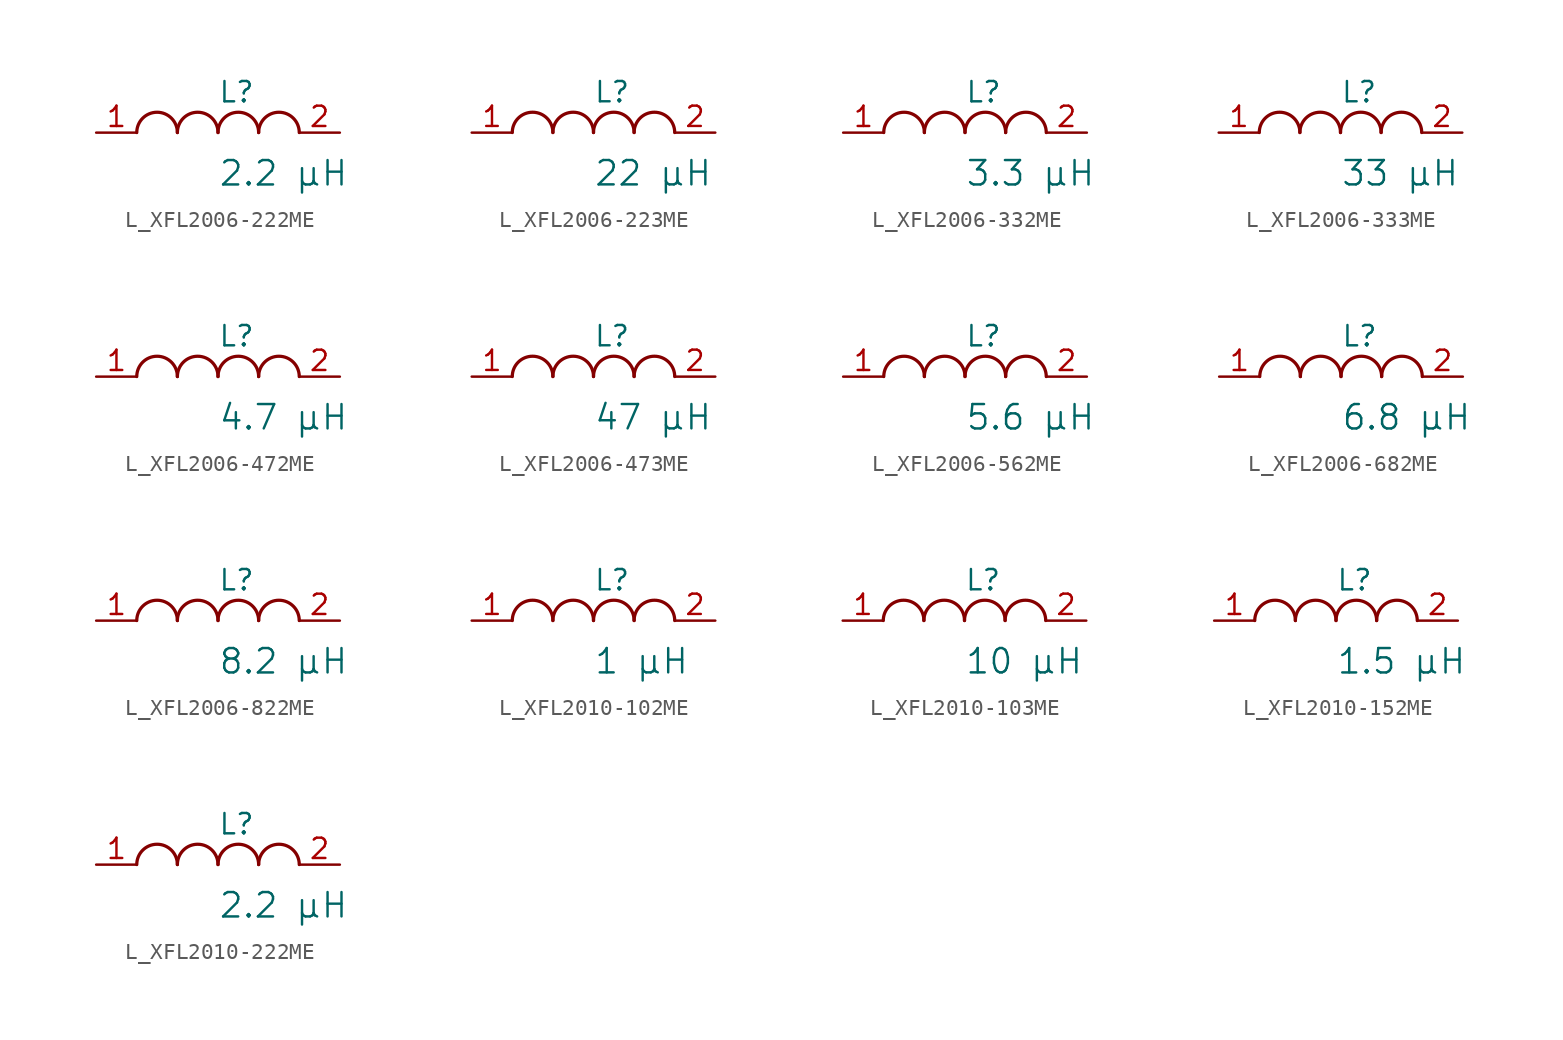
<source format=kicad_sym>
(kicad_symbol_lib
  (version 20231120)
  (generator "kicad_symbol_editor")
  (generator_version "8.0")
  (symbol "L_XFL2006-222ME"
    (pin_names
      (offset 0.254))
    (property "Reference" "L"
      (at 0 2.54 0)
      (effects (font (size 1.27 1.27)) (justify left)))
    (property "Value" "2.2 µH"
      (at 0 -2.54 0)
      (effects (font (size 1.524 1.524)) (justify left)))
    (symbol "L_XFL2006-222ME_1_1"
      (arc (start -2.54 0.0056) (mid -3.81 1.27) (end -5.08 0.0056) (stroke (width 0.2032) (type default)) (fill (type none)))
      (arc (start 0 0.0056) (mid -1.27 1.27) (end -2.54 0.0056) (stroke (width 0.2032) (type default)) (fill (type none)))
      (arc (start 2.54 0.0056) (mid 1.27 1.27) (end 0 0.0056) (stroke (width 0.2032) (type default)) (fill (type none)))
      (arc (start 5.08 0.0056) (mid 3.81 1.27) (end 2.54 0.0056) (stroke (width 0.2032) (type default)) (fill (type none)))
      (pin unspecified line (at -7.62 0 0) (length 2.54) (name "" (effects (font (size 1.27 1.27)))) (number "1" (effects (font (size 1.27 1.27)))))
      (pin unspecified line (at 7.62 0 180) (length 2.54) (name "" (effects (font (size 1.27 1.27)))) (number "2" (effects (font (size 1.27 1.27)))))))
  (symbol "L_XFL2006-223ME"
    (pin_names
      (offset 0.254))
    (property "Reference" "L"
      (at 0 2.54 0)
      (effects (font (size 1.27 1.27)) (justify left)))
    (property "Value" "22 µH"
      (at 0 -2.54 0)
      (effects (font (size 1.524 1.524)) (justify left)))
    (symbol "L_XFL2006-223ME_1_1"
      (arc (start -2.54 0.0056) (mid -3.81 1.27) (end -5.08 0.0056) (stroke (width 0.2032) (type default)) (fill (type none)))
      (arc (start 0 0.0056) (mid -1.27 1.27) (end -2.54 0.0056) (stroke (width 0.2032) (type default)) (fill (type none)))
      (arc (start 2.54 0.0056) (mid 1.27 1.27) (end 0 0.0056) (stroke (width 0.2032) (type default)) (fill (type none)))
      (arc (start 5.08 0.0056) (mid 3.81 1.27) (end 2.54 0.0056) (stroke (width 0.2032) (type default)) (fill (type none)))
      (pin unspecified line (at -7.62 0 0) (length 2.54) (name "" (effects (font (size 1.27 1.27)))) (number "1" (effects (font (size 1.27 1.27)))))
      (pin unspecified line (at 7.62 0 180) (length 2.54) (name "" (effects (font (size 1.27 1.27)))) (number "2" (effects (font (size 1.27 1.27)))))))
  (symbol "L_XFL2006-332ME"
    (pin_names
      (offset 0.254))
    (property "Reference" "L"
      (at 0 2.54 0)
      (effects (font (size 1.27 1.27)) (justify left)))
    (property "Value" "3.3 µH"
      (at 0 -2.54 0)
      (effects (font (size 1.524 1.524)) (justify left)))
    (symbol "L_XFL2006-332ME_1_1"
      (arc (start -2.54 0.0056) (mid -3.81 1.27) (end -5.08 0.0056) (stroke (width 0.2032) (type default)) (fill (type none)))
      (arc (start 0 0.0056) (mid -1.27 1.27) (end -2.54 0.0056) (stroke (width 0.2032) (type default)) (fill (type none)))
      (arc (start 2.54 0.0056) (mid 1.27 1.27) (end 0 0.0056) (stroke (width 0.2032) (type default)) (fill (type none)))
      (arc (start 5.08 0.0056) (mid 3.81 1.27) (end 2.54 0.0056) (stroke (width 0.2032) (type default)) (fill (type none)))
      (pin unspecified line (at -7.62 0 0) (length 2.54) (name "" (effects (font (size 1.27 1.27)))) (number "1" (effects (font (size 1.27 1.27)))))
      (pin unspecified line (at 7.62 0 180) (length 2.54) (name "" (effects (font (size 1.27 1.27)))) (number "2" (effects (font (size 1.27 1.27)))))))
  (symbol "L_XFL2006-333ME"
    (pin_names
      (offset 0.254))
    (property "Reference" "L"
      (at 0 2.54 0)
      (effects (font (size 1.27 1.27)) (justify left)))
    (property "Value" "33 µH"
      (at 0 -2.54 0)
      (effects (font (size 1.524 1.524)) (justify left)))
    (symbol "L_XFL2006-333ME_1_1"
      (arc (start -2.54 0.0056) (mid -3.81 1.27) (end -5.08 0.0056) (stroke (width 0.2032) (type default)) (fill (type none)))
      (arc (start 0 0.0056) (mid -1.27 1.27) (end -2.54 0.0056) (stroke (width 0.2032) (type default)) (fill (type none)))
      (arc (start 2.54 0.0056) (mid 1.27 1.27) (end 0 0.0056) (stroke (width 0.2032) (type default)) (fill (type none)))
      (arc (start 5.08 0.0056) (mid 3.81 1.27) (end 2.54 0.0056) (stroke (width 0.2032) (type default)) (fill (type none)))
      (pin unspecified line (at -7.62 0 0) (length 2.54) (name "" (effects (font (size 1.27 1.27)))) (number "1" (effects (font (size 1.27 1.27)))))
      (pin unspecified line (at 7.62 0 180) (length 2.54) (name "" (effects (font (size 1.27 1.27)))) (number "2" (effects (font (size 1.27 1.27)))))))
  (symbol "L_XFL2006-472ME"
    (pin_names
      (offset 0.254))
    (property "Reference" "L"
      (at 0 2.54 0)
      (effects (font (size 1.27 1.27)) (justify left)))
    (property "Value" "4.7 µH"
      (at 0 -2.54 0)
      (effects (font (size 1.524 1.524)) (justify left)))
    (symbol "L_XFL2006-472ME_1_1"
      (arc (start -2.54 0.0056) (mid -3.81 1.27) (end -5.08 0.0056) (stroke (width 0.2032) (type default)) (fill (type none)))
      (arc (start 0 0.0056) (mid -1.27 1.27) (end -2.54 0.0056) (stroke (width 0.2032) (type default)) (fill (type none)))
      (arc (start 2.54 0.0056) (mid 1.27 1.27) (end 0 0.0056) (stroke (width 0.2032) (type default)) (fill (type none)))
      (arc (start 5.08 0.0056) (mid 3.81 1.27) (end 2.54 0.0056) (stroke (width 0.2032) (type default)) (fill (type none)))
      (pin unspecified line (at -7.62 0 0) (length 2.54) (name "" (effects (font (size 1.27 1.27)))) (number "1" (effects (font (size 1.27 1.27)))))
      (pin unspecified line (at 7.62 0 180) (length 2.54) (name "" (effects (font (size 1.27 1.27)))) (number "2" (effects (font (size 1.27 1.27)))))))
  (symbol "L_XFL2006-473ME"
    (pin_names
      (offset 0.254))
    (property "Reference" "L"
      (at 0 2.54 0)
      (effects (font (size 1.27 1.27)) (justify left)))
    (property "Value" "47 µH"
      (at 0 -2.54 0)
      (effects (font (size 1.524 1.524)) (justify left)))
    (symbol "L_XFL2006-473ME_1_1"
      (arc (start -2.54 0.0056) (mid -3.81 1.27) (end -5.08 0.0056) (stroke (width 0.2032) (type default)) (fill (type none)))
      (arc (start 0 0.0056) (mid -1.27 1.27) (end -2.54 0.0056) (stroke (width 0.2032) (type default)) (fill (type none)))
      (arc (start 2.54 0.0056) (mid 1.27 1.27) (end 0 0.0056) (stroke (width 0.2032) (type default)) (fill (type none)))
      (arc (start 5.08 0.0056) (mid 3.81 1.27) (end 2.54 0.0056) (stroke (width 0.2032) (type default)) (fill (type none)))
      (pin unspecified line (at -7.62 0 0) (length 2.54) (name "" (effects (font (size 1.27 1.27)))) (number "1" (effects (font (size 1.27 1.27)))))
      (pin unspecified line (at 7.62 0 180) (length 2.54) (name "" (effects (font (size 1.27 1.27)))) (number "2" (effects (font (size 1.27 1.27)))))))
  (symbol "L_XFL2006-562ME"
    (pin_names
      (offset 0.254))
    (property "Reference" "L"
      (at 0 2.54 0)
      (effects (font (size 1.27 1.27)) (justify left)))
    (property "Value" "5.6 µH"
      (at 0 -2.54 0)
      (effects (font (size 1.524 1.524)) (justify left)))
    (symbol "L_XFL2006-562ME_1_1"
      (arc (start -2.54 0.0056) (mid -3.81 1.27) (end -5.08 0.0056) (stroke (width 0.2032) (type default)) (fill (type none)))
      (arc (start 0 0.0056) (mid -1.27 1.27) (end -2.54 0.0056) (stroke (width 0.2032) (type default)) (fill (type none)))
      (arc (start 2.54 0.0056) (mid 1.27 1.27) (end 0 0.0056) (stroke (width 0.2032) (type default)) (fill (type none)))
      (arc (start 5.08 0.0056) (mid 3.81 1.27) (end 2.54 0.0056) (stroke (width 0.2032) (type default)) (fill (type none)))
      (pin unspecified line (at -7.62 0 0) (length 2.54) (name "" (effects (font (size 1.27 1.27)))) (number "1" (effects (font (size 1.27 1.27)))))
      (pin unspecified line (at 7.62 0 180) (length 2.54) (name "" (effects (font (size 1.27 1.27)))) (number "2" (effects (font (size 1.27 1.27)))))))
  (symbol "L_XFL2006-682ME"
    (pin_names
      (offset 0.254))
    (property "Reference" "L"
      (at 0 2.54 0)
      (effects (font (size 1.27 1.27)) (justify left)))
    (property "Value" "6.8 µH"
      (at 0 -2.54 0)
      (effects (font (size 1.524 1.524)) (justify left)))
    (symbol "L_XFL2006-682ME_1_1"
      (arc (start -2.54 0.0056) (mid -3.81 1.27) (end -5.08 0.0056) (stroke (width 0.2032) (type default)) (fill (type none)))
      (arc (start 0 0.0056) (mid -1.27 1.27) (end -2.54 0.0056) (stroke (width 0.2032) (type default)) (fill (type none)))
      (arc (start 2.54 0.0056) (mid 1.27 1.27) (end 0 0.0056) (stroke (width 0.2032) (type default)) (fill (type none)))
      (arc (start 5.08 0.0056) (mid 3.81 1.27) (end 2.54 0.0056) (stroke (width 0.2032) (type default)) (fill (type none)))
      (pin unspecified line (at -7.62 0 0) (length 2.54) (name "" (effects (font (size 1.27 1.27)))) (number "1" (effects (font (size 1.27 1.27)))))
      (pin unspecified line (at 7.62 0 180) (length 2.54) (name "" (effects (font (size 1.27 1.27)))) (number "2" (effects (font (size 1.27 1.27)))))))
  (symbol "L_XFL2006-822ME"
    (pin_names
      (offset 0.254))
    (property "Reference" "L"
      (at 0 2.54 0)
      (effects (font (size 1.27 1.27)) (justify left)))
    (property "Value" "8.2 µH"
      (at 0 -2.54 0)
      (effects (font (size 1.524 1.524)) (justify left)))
    (symbol "L_XFL2006-822ME_1_1"
      (arc (start -2.54 0.0056) (mid -3.81 1.27) (end -5.08 0.0056) (stroke (width 0.2032) (type default)) (fill (type none)))
      (arc (start 0 0.0056) (mid -1.27 1.27) (end -2.54 0.0056) (stroke (width 0.2032) (type default)) (fill (type none)))
      (arc (start 2.54 0.0056) (mid 1.27 1.27) (end 0 0.0056) (stroke (width 0.2032) (type default)) (fill (type none)))
      (arc (start 5.08 0.0056) (mid 3.81 1.27) (end 2.54 0.0056) (stroke (width 0.2032) (type default)) (fill (type none)))
      (pin unspecified line (at -7.62 0 0) (length 2.54) (name "" (effects (font (size 1.27 1.27)))) (number "1" (effects (font (size 1.27 1.27)))))
      (pin unspecified line (at 7.62 0 180) (length 2.54) (name "" (effects (font (size 1.27 1.27)))) (number "2" (effects (font (size 1.27 1.27)))))))
  (symbol "L_XFL2010-102ME"
    (pin_names
      (offset 0.254))
    (property "Reference" "L"
      (at 0 2.54 0)
      (effects (font (size 1.27 1.27)) (justify left)))
    (property "Value" "1 µH"
      (at 0 -2.54 0)
      (effects (font (size 1.524 1.524)) (justify left)))
    (symbol "L_XFL2010-102ME_1_1"
      (arc (start -2.54 0.0056) (mid -3.81 1.27) (end -5.08 0.0056) (stroke (width 0.2032) (type default)) (fill (type none)))
      (arc (start 0 0.0056) (mid -1.27 1.27) (end -2.54 0.0056) (stroke (width 0.2032) (type default)) (fill (type none)))
      (arc (start 2.54 0.0056) (mid 1.27 1.27) (end 0 0.0056) (stroke (width 0.2032) (type default)) (fill (type none)))
      (arc (start 5.08 0.0056) (mid 3.81 1.27) (end 2.54 0.0056) (stroke (width 0.2032) (type default)) (fill (type none)))
      (pin unspecified line (at -7.62 0 0) (length 2.54) (name "" (effects (font (size 1.27 1.27)))) (number "1" (effects (font (size 1.27 1.27)))))
      (pin unspecified line (at 7.62 0 180) (length 2.54) (name "" (effects (font (size 1.27 1.27)))) (number "2" (effects (font (size 1.27 1.27)))))))
  (symbol "L_XFL2010-103ME"
    (pin_names
      (offset 0.254))
    (property "Reference" "L"
      (at 0 2.54 0)
      (effects (font (size 1.27 1.27)) (justify left)))
    (property "Value" "10 µH"
      (at 0 -2.54 0)
      (effects (font (size 1.524 1.524)) (justify left)))
    (symbol "L_XFL2010-103ME_1_1"
      (arc (start -2.54 0.0056) (mid -3.81 1.27) (end -5.08 0.0056) (stroke (width 0.2032) (type default)) (fill (type none)))
      (arc (start 0 0.0056) (mid -1.27 1.27) (end -2.54 0.0056) (stroke (width 0.2032) (type default)) (fill (type none)))
      (arc (start 2.54 0.0056) (mid 1.27 1.27) (end 0 0.0056) (stroke (width 0.2032) (type default)) (fill (type none)))
      (arc (start 5.08 0.0056) (mid 3.81 1.27) (end 2.54 0.0056) (stroke (width 0.2032) (type default)) (fill (type none)))
      (pin unspecified line (at -7.62 0 0) (length 2.54) (name "" (effects (font (size 1.27 1.27)))) (number "1" (effects (font (size 1.27 1.27)))))
      (pin unspecified line (at 7.62 0 180) (length 2.54) (name "" (effects (font (size 1.27 1.27)))) (number "2" (effects (font (size 1.27 1.27)))))))
  (symbol "L_XFL2010-152ME"
    (pin_names
      (offset 0.254))
    (property "Reference" "L"
      (at 0 2.54 0)
      (effects (font (size 1.27 1.27)) (justify left)))
    (property "Value" "1.5 µH"
      (at 0 -2.54 0)
      (effects (font (size 1.524 1.524)) (justify left)))
    (symbol "L_XFL2010-152ME_1_1"
      (arc (start -2.54 0.0056) (mid -3.81 1.27) (end -5.08 0.0056) (stroke (width 0.2032) (type default)) (fill (type none)))
      (arc (start 0 0.0056) (mid -1.27 1.27) (end -2.54 0.0056) (stroke (width 0.2032) (type default)) (fill (type none)))
      (arc (start 2.54 0.0056) (mid 1.27 1.27) (end 0 0.0056) (stroke (width 0.2032) (type default)) (fill (type none)))
      (arc (start 5.08 0.0056) (mid 3.81 1.27) (end 2.54 0.0056) (stroke (width 0.2032) (type default)) (fill (type none)))
      (pin unspecified line (at -7.62 0 0) (length 2.54) (name "" (effects (font (size 1.27 1.27)))) (number "1" (effects (font (size 1.27 1.27)))))
      (pin unspecified line (at 7.62 0 180) (length 2.54) (name "" (effects (font (size 1.27 1.27)))) (number "2" (effects (font (size 1.27 1.27)))))))
  (symbol "L_XFL2010-222ME"
    (pin_names
      (offset 0.254))
    (property "Reference" "L"
      (at 0 2.54 0)
      (effects (font (size 1.27 1.27)) (justify left)))
    (property "Value" "2.2 µH"
      (at 0 -2.54 0)
      (effects (font (size 1.524 1.524)) (justify left)))
    (symbol "L_XFL2010-222ME_1_1"
      (arc (start -2.54 0.0056) (mid -3.81 1.27) (end -5.08 0.0056) (stroke (width 0.2032) (type default)) (fill (type none)))
      (arc (start 0 0.0056) (mid -1.27 1.27) (end -2.54 0.0056) (stroke (width 0.2032) (type default)) (fill (type none)))
      (arc (start 2.54 0.0056) (mid 1.27 1.27) (end 0 0.0056) (stroke (width 0.2032) (type default)) (fill (type none)))
      (arc (start 5.08 0.0056) (mid 3.81 1.27) (end 2.54 0.0056) (stroke (width 0.2032) (type default)) (fill (type none)))
      (pin unspecified line (at -7.62 0 0) (length 2.54) (name "" (effects (font (size 1.27 1.27)))) (number "1" (effects (font (size 1.27 1.27)))))
      (pin unspecified line (at 7.62 0 180) (length 2.54) (name "" (effects (font (size 1.27 1.27)))) (number "2" (effects (font (size 1.27 1.27))))))))
</source>
